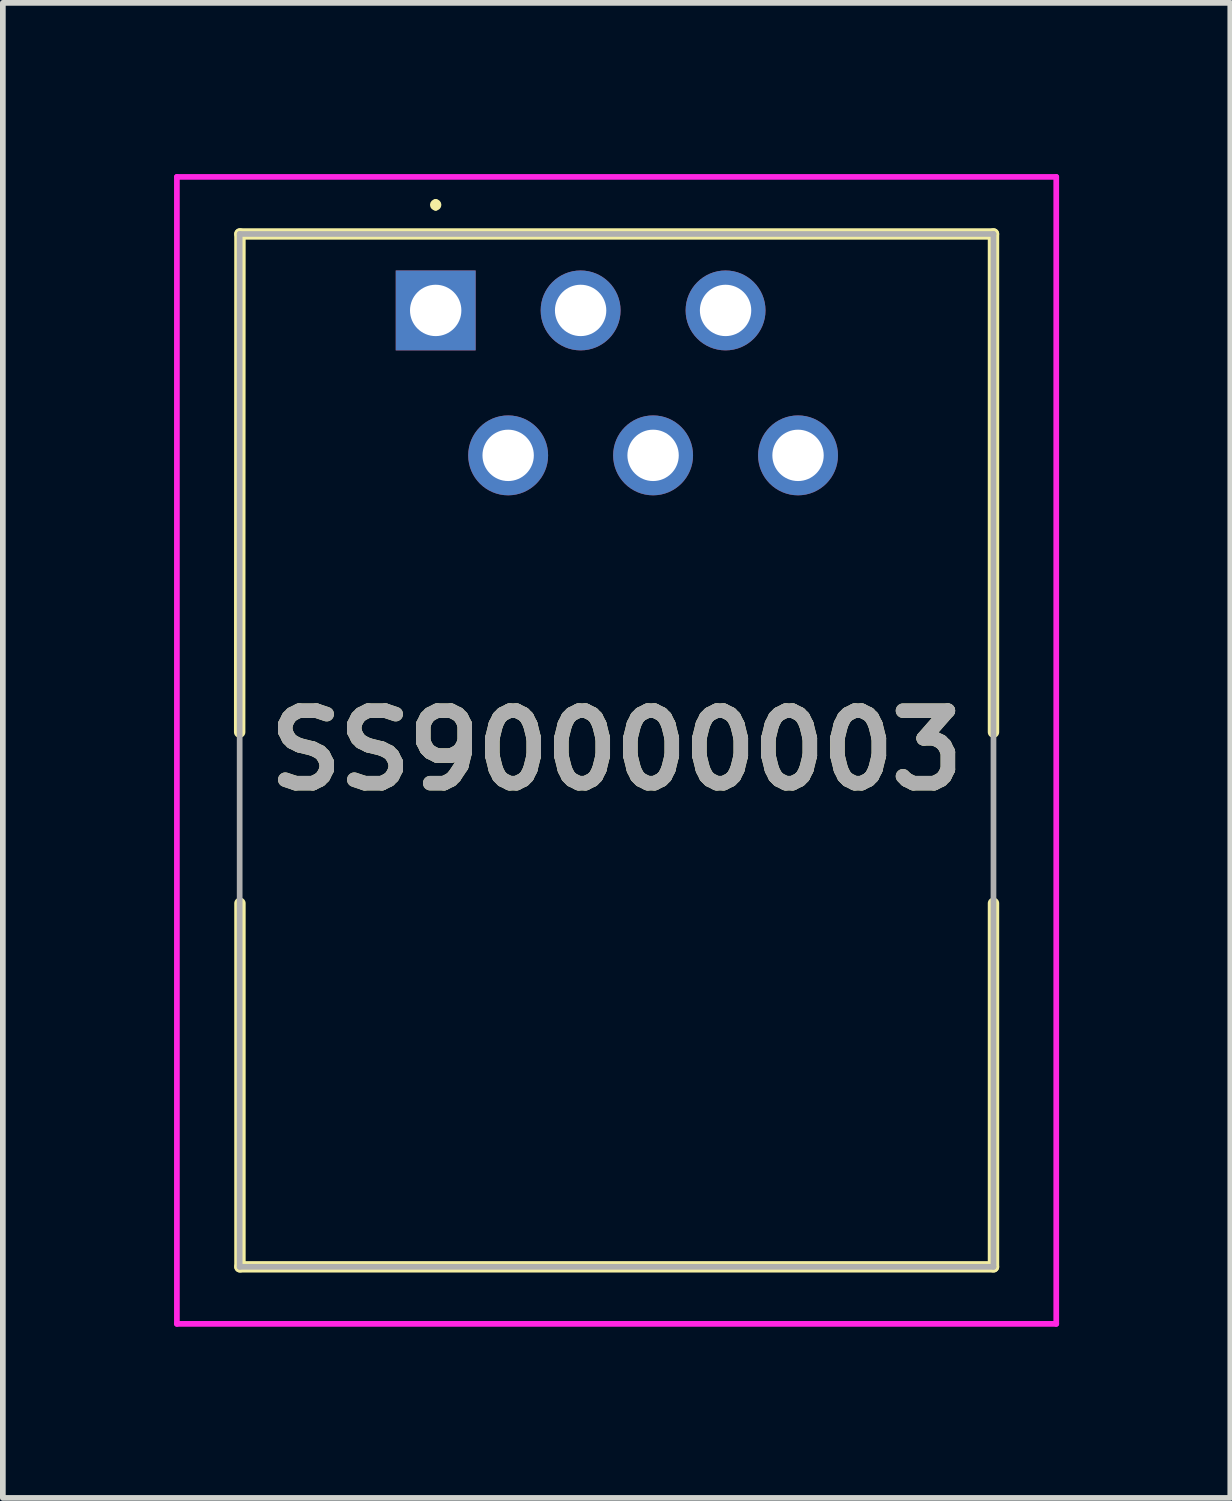
<source format=kicad_pcb>
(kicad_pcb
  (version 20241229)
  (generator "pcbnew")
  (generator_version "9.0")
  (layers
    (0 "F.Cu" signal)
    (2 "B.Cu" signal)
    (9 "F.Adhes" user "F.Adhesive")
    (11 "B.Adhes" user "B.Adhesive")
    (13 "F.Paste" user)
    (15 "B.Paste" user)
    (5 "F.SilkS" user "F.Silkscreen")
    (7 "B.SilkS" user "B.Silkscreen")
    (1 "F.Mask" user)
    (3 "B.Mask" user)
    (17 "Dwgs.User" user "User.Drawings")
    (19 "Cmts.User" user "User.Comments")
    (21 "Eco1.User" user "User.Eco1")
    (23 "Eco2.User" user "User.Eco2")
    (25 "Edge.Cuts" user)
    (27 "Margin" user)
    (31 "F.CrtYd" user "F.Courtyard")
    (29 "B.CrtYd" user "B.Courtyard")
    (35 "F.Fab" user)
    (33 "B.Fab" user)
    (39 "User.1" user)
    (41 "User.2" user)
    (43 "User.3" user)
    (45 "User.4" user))
  (footprint "SS90000003"
    (layer "F.Cu")
    (at 4.585 2.39)
    (property "Reference" "SS90000003" (at 3.17 7.71 0) (layer "F.SilkS") (effects (font (size 1.27 1.27) (thickness 0.254))))
    (attr through_hole)
    (fp_line (start -3.435 7.39) (end -3.43 -1.34) (stroke (width 0.2) (type solid)) (layer "F.SilkS"))
    (fp_line (start -3.43 -1.34) (end 9.775 -1.34) (stroke (width 0.2) (type solid)) (layer "F.SilkS"))
    (fp_line (start -3.43 10.39) (end -3.43 16.76) (stroke (width 0.2) (type solid)) (layer "F.SilkS"))
    (fp_line (start -3.43 16.76) (end 9.775 16.76) (stroke (width 0.2) (type solid)) (layer "F.SilkS"))
    (fp_line (start 0 -1.9) (end 0 -1.9) (stroke (width 0.1) (type solid)) (layer "F.SilkS"))
    (fp_line (start 0 -1.8) (end 0 -1.8) (stroke (width 0.1) (type solid)) (layer "F.SilkS"))
    (fp_line (start 9.775 -1.34) (end 9.775 7.39) (stroke (width 0.2) (type solid)) (layer "F.SilkS"))
    (fp_line (start 9.775 16.76) (end 9.775 10.39) (stroke (width 0.2) (type solid)) (layer "F.SilkS"))
    (fp_arc (start 0 -1.9) (mid 0.05 -1.85) (end 0 -1.8) (stroke (width 0.1) (type solid)) (layer "F.SilkS"))
    (fp_arc (start 0 -1.8) (mid -0.05 -1.85) (end 0 -1.9) (stroke (width 0.1) (type solid)) (layer "F.SilkS"))
    (fp_line (start -4.535 -2.34) (end 10.875 -2.34) (stroke (width 0.1) (type solid)) (layer "F.CrtYd"))
    (fp_line (start -4.535 17.76) (end -4.535 -2.34) (stroke (width 0.1) (type solid)) (layer "F.CrtYd"))
    (fp_line (start 10.875 -2.34) (end 10.875 17.76) (stroke (width 0.1) (type solid)) (layer "F.CrtYd"))
    (fp_line (start 10.875 17.76) (end -4.535 17.76) (stroke (width 0.1) (type solid)) (layer "F.CrtYd"))
    (fp_line (start -3.435 -1.34) (end 9.775 -1.34) (stroke (width 0.1) (type solid)) (layer "F.Fab"))
    (fp_line (start -3.435 16.76) (end -3.435 -1.34) (stroke (width 0.1) (type solid)) (layer "F.Fab"))
    (fp_line (start 9.775 -1.34) (end 9.775 16.76) (stroke (width 0.1) (type solid)) (layer "F.Fab"))
    (fp_line (start 9.775 16.76) (end -3.435 16.76) (stroke (width 0.1) (type solid)) (layer "F.Fab"))
    (fp_text user "${REFERENCE}" (at 3.17 7.71 0) (layer "F.Fab") (effects (font (size 1.27 1.27) (thickness 0.254))))
    (pad "" np_thru_hole circle (at -1.91 8.89) (size 0.001 0.001) (drill 3.25) (layers "*.Cu" "*.Mask"))
    (pad "" np_thru_hole circle (at 8.25 8.89) (size 0.001 0.001) (drill 3.25) (layers "*.Cu" "*.Mask"))
    (pad "1" thru_hole rect (at 0 0) (size 1.4 1.4) (drill 0.9) (layers "*.Cu" "*.Mask"))
    (pad "2" thru_hole circle (at 1.27 2.54) (size 1.4 1.4) (drill 0.9) (layers "*.Cu" "*.Mask"))
    (pad "3" thru_hole circle (at 2.54 0) (size 1.4 1.4) (drill 0.9) (layers "*.Cu" "*.Mask"))
    (pad "4" thru_hole circle (at 3.81 2.54) (size 1.4 1.4) (drill 0.9) (layers "*.Cu" "*.Mask"))
    (pad "5" thru_hole circle (at 5.08 0) (size 1.4 1.4) (drill 0.9) (layers "*.Cu" "*.Mask"))
    (pad "6" thru_hole circle (at 6.35 2.54) (size 1.4 1.4) (drill 0.9) (layers "*.Cu" "*.Mask")))
  (gr_rect
    (start -3 -3)
    (end 18.51 23.2)
    (stroke (width 0.1) (type default))
    (fill no)
    (layer "Edge.Cuts")))
</source>
